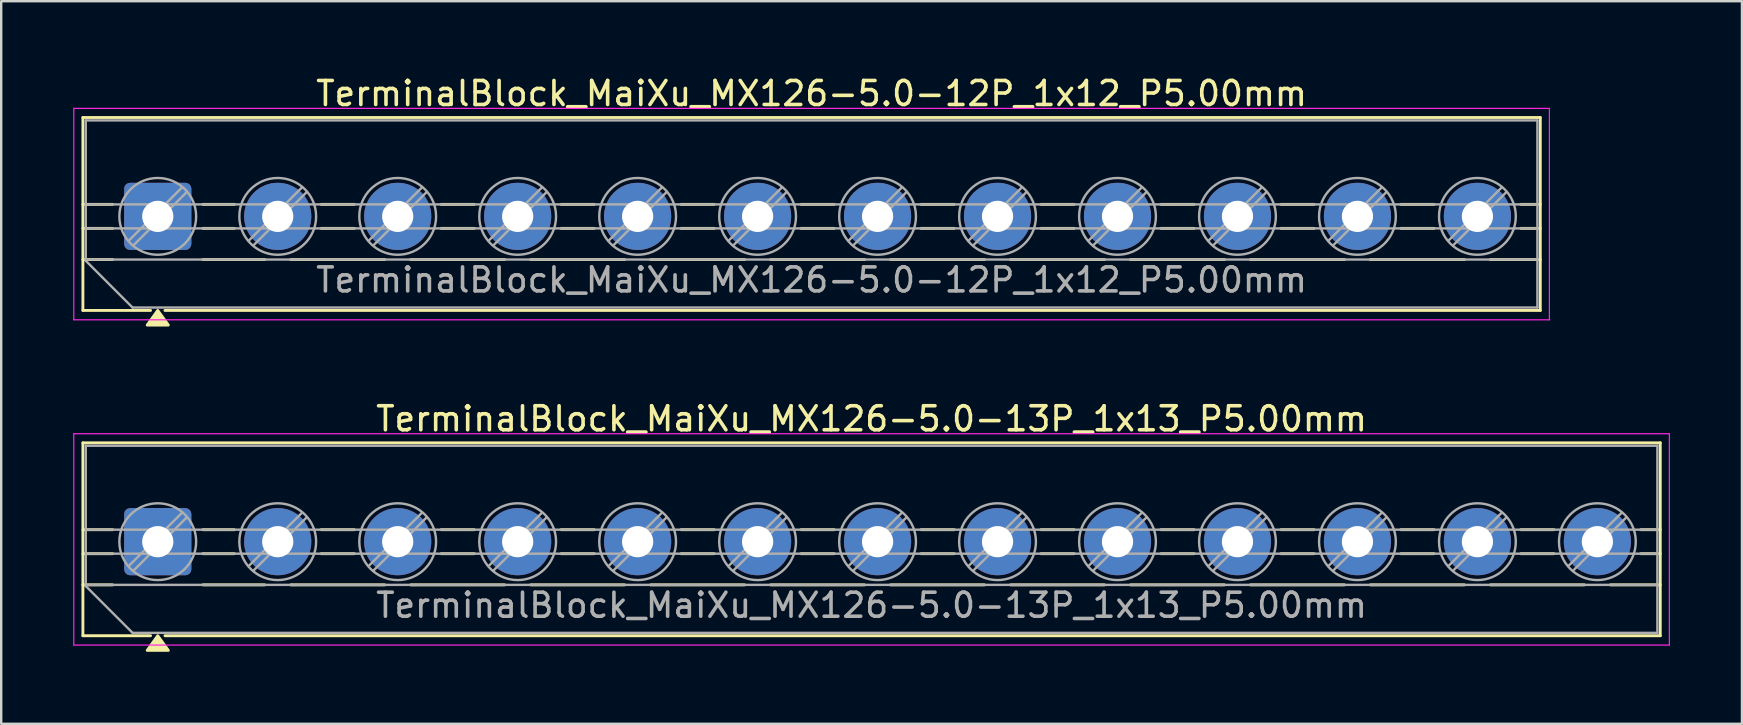
<source format=kicad_pcb>
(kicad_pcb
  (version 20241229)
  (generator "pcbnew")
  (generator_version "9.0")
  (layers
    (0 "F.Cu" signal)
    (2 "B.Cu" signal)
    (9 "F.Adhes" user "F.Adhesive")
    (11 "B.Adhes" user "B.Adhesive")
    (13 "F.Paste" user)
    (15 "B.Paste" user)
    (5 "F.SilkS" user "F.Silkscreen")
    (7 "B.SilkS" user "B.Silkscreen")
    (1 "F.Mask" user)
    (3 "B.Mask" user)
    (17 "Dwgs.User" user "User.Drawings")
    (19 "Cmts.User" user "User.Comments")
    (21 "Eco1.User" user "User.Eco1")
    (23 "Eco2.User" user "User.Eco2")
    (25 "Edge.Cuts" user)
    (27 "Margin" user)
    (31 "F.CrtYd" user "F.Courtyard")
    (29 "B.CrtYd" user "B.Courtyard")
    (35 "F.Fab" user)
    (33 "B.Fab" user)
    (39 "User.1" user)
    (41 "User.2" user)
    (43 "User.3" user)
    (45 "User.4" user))
  (footprint "TerminalBlock_MaiXu_MX126-5.0-12P_1x12_P5.00mm"
    (layer "F.Cu")
    (at 3.525 5.968)
    (property "Reference" "TerminalBlock_MaiXu_MX126-5.0-12P_1x12_P5.00mm" (at 27.25 -5.12 0) (layer "F.SilkS") (effects (font (size 1 1) (thickness 0.15))))
    (attr through_hole)
    (fp_line (start -3.12 -4.12) (end -3.12 3.92) (stroke (width 0.12) (type solid)) (layer "F.SilkS"))
    (fp_line (start -3.12 -4.12) (end 57.62 -4.12) (stroke (width 0.12) (type solid)) (layer "F.SilkS"))
    (fp_line (start -3.12 -0.5) (end -1.88 -0.5) (stroke (width 0.12) (type solid)) (layer "F.SilkS"))
    (fp_line (start -3.12 0.5) (end -1.88 0.5) (stroke (width 0.12) (type solid)) (layer "F.SilkS"))
    (fp_line (start -3.12 1.8) (end -1.88 1.8) (stroke (width 0.12) (type solid)) (layer "F.SilkS"))
    (fp_line (start -3.12 3.92) (end -0.3 3.92) (stroke (width 0.12) (type solid)) (layer "F.SilkS"))
    (fp_line (start 0.3 3.92) (end 57.62 3.92) (stroke (width 0.12) (type solid)) (layer "F.SilkS"))
    (fp_line (start 1.88 -0.5) (end 3.188 -0.5) (stroke (width 0.12) (type solid)) (layer "F.SilkS"))
    (fp_line (start 1.88 0.5) (end 3.188 0.5) (stroke (width 0.12) (type solid)) (layer "F.SilkS"))
    (fp_line (start 1.88 1.8) (end 4.457 1.8) (stroke (width 0.12) (type solid)) (layer "F.SilkS"))
    (fp_line (start 5.543 1.8) (end 9.457 1.8) (stroke (width 0.12) (type solid)) (layer "F.SilkS"))
    (fp_line (start 6.812 -0.5) (end 8.188 -0.5) (stroke (width 0.12) (type solid)) (layer "F.SilkS"))
    (fp_line (start 6.812 0.5) (end 8.188 0.5) (stroke (width 0.12) (type solid)) (layer "F.SilkS"))
    (fp_line (start 10.543 1.8) (end 14.457 1.8) (stroke (width 0.12) (type solid)) (layer "F.SilkS"))
    (fp_line (start 11.812 -0.5) (end 13.188 -0.5) (stroke (width 0.12) (type solid)) (layer "F.SilkS"))
    (fp_line (start 11.812 0.5) (end 13.188 0.5) (stroke (width 0.12) (type solid)) (layer "F.SilkS"))
    (fp_line (start 15.543 1.8) (end 19.457 1.8) (stroke (width 0.12) (type solid)) (layer "F.SilkS"))
    (fp_line (start 16.812 -0.5) (end 18.188 -0.5) (stroke (width 0.12) (type solid)) (layer "F.SilkS"))
    (fp_line (start 16.812 0.5) (end 18.188 0.5) (stroke (width 0.12) (type solid)) (layer "F.SilkS"))
    (fp_line (start 20.543 1.8) (end 24.457 1.8) (stroke (width 0.12) (type solid)) (layer "F.SilkS"))
    (fp_line (start 21.812 -0.5) (end 23.188 -0.5) (stroke (width 0.12) (type solid)) (layer "F.SilkS"))
    (fp_line (start 21.812 0.5) (end 23.188 0.5) (stroke (width 0.12) (type solid)) (layer "F.SilkS"))
    (fp_line (start 25.543 1.8) (end 29.457 1.8) (stroke (width 0.12) (type solid)) (layer "F.SilkS"))
    (fp_line (start 26.812 -0.5) (end 28.188 -0.5) (stroke (width 0.12) (type solid)) (layer "F.SilkS"))
    (fp_line (start 26.812 0.5) (end 28.188 0.5) (stroke (width 0.12) (type solid)) (layer "F.SilkS"))
    (fp_line (start 30.543 1.8) (end 34.457 1.8) (stroke (width 0.12) (type solid)) (layer "F.SilkS"))
    (fp_line (start 31.812 -0.5) (end 33.188 -0.5) (stroke (width 0.12) (type solid)) (layer "F.SilkS"))
    (fp_line (start 31.812 0.5) (end 33.188 0.5) (stroke (width 0.12) (type solid)) (layer "F.SilkS"))
    (fp_line (start 35.543 1.8) (end 39.457 1.8) (stroke (width 0.12) (type solid)) (layer "F.SilkS"))
    (fp_line (start 36.812 -0.5) (end 38.188 -0.5) (stroke (width 0.12) (type solid)) (layer "F.SilkS"))
    (fp_line (start 36.812 0.5) (end 38.188 0.5) (stroke (width 0.12) (type solid)) (layer "F.SilkS"))
    (fp_line (start 40.543 1.8) (end 44.457 1.8) (stroke (width 0.12) (type solid)) (layer "F.SilkS"))
    (fp_line (start 41.812 -0.5) (end 43.188 -0.5) (stroke (width 0.12) (type solid)) (layer "F.SilkS"))
    (fp_line (start 41.812 0.5) (end 43.188 0.5) (stroke (width 0.12) (type solid)) (layer "F.SilkS"))
    (fp_line (start 45.543 1.8) (end 49.457 1.8) (stroke (width 0.12) (type solid)) (layer "F.SilkS"))
    (fp_line (start 46.812 -0.5) (end 48.188 -0.5) (stroke (width 0.12) (type solid)) (layer "F.SilkS"))
    (fp_line (start 46.812 0.5) (end 48.188 0.5) (stroke (width 0.12) (type solid)) (layer "F.SilkS"))
    (fp_line (start 50.543 1.8) (end 54.457 1.8) (stroke (width 0.12) (type solid)) (layer "F.SilkS"))
    (fp_line (start 51.812 -0.5) (end 53.188 -0.5) (stroke (width 0.12) (type solid)) (layer "F.SilkS"))
    (fp_line (start 51.812 0.5) (end 53.188 0.5) (stroke (width 0.12) (type solid)) (layer "F.SilkS"))
    (fp_line (start 55.543 1.8) (end 57.62 1.8) (stroke (width 0.12) (type solid)) (layer "F.SilkS"))
    (fp_line (start 56.812 -0.5) (end 57.62 -0.5) (stroke (width 0.12) (type solid)) (layer "F.SilkS"))
    (fp_line (start 56.812 0.5) (end 57.62 0.5) (stroke (width 0.12) (type solid)) (layer "F.SilkS"))
    (fp_line (start 57.62 -4.12) (end 57.62 3.92) (stroke (width 0.12) (type solid)) (layer "F.SilkS"))
    (fp_poly (pts (xy 0 3.92) (xy 0.44 4.53) (xy -0.44 4.53)) (stroke (width 0.12) (type solid)) (fill yes) (layer "F.SilkS"))
    (fp_line (start -3.5 -4.5) (end -3.5 4.31) (stroke (width 0.05) (type solid)) (layer "F.CrtYd"))
    (fp_line (start -3.5 4.31) (end 58 4.31) (stroke (width 0.05) (type solid)) (layer "F.CrtYd"))
    (fp_line (start 58 -4.5) (end -3.5 -4.5) (stroke (width 0.05) (type solid)) (layer "F.CrtYd"))
    (fp_line (start 58 4.31) (end 58 -4.5) (stroke (width 0.05) (type solid)) (layer "F.CrtYd"))
    (fp_line (start -3 -4) (end 57.5 -4) (stroke (width 0.1) (type solid)) (layer "F.Fab"))
    (fp_line (start -3 -0.5) (end 57.5 -0.5) (stroke (width 0.1) (type solid)) (layer "F.Fab"))
    (fp_line (start -3 0.5) (end 57.5 0.5) (stroke (width 0.1) (type solid)) (layer "F.Fab"))
    (fp_line (start -3 1.8) (end 57.5 1.8) (stroke (width 0.1) (type solid)) (layer "F.Fab"))
    (fp_line (start -3 1.85) (end -3 -4) (stroke (width 0.1) (type solid)) (layer "F.Fab"))
    (fp_line (start -1.05 3.8) (end -3 1.85) (stroke (width 0.1) (type solid)) (layer "F.Fab"))
    (fp_line (start 1.018 -1.213) (end -1.214 1.018) (stroke (width 0.1) (type solid)) (layer "F.Fab"))
    (fp_line (start 1.213 -1.018) (end -1.018 1.213) (stroke (width 0.1) (type solid)) (layer "F.Fab"))
    (fp_line (start 6.018 -1.213) (end 3.786 1.018) (stroke (width 0.1) (type solid)) (layer "F.Fab"))
    (fp_line (start 6.213 -1.018) (end 3.982 1.213) (stroke (width 0.1) (type solid)) (layer "F.Fab"))
    (fp_line (start 11.018 -1.213) (end 8.786 1.018) (stroke (width 0.1) (type solid)) (layer "F.Fab"))
    (fp_line (start 11.213 -1.018) (end 8.982 1.213) (stroke (width 0.1) (type solid)) (layer "F.Fab"))
    (fp_line (start 16.018 -1.213) (end 13.786 1.018) (stroke (width 0.1) (type solid)) (layer "F.Fab"))
    (fp_line (start 16.213 -1.018) (end 13.982 1.213) (stroke (width 0.1) (type solid)) (layer "F.Fab"))
    (fp_line (start 21.018 -1.213) (end 18.786 1.018) (stroke (width 0.1) (type solid)) (layer "F.Fab"))
    (fp_line (start 21.213 -1.018) (end 18.982 1.213) (stroke (width 0.1) (type solid)) (layer "F.Fab"))
    (fp_line (start 26.018 -1.213) (end 23.786 1.018) (stroke (width 0.1) (type solid)) (layer "F.Fab"))
    (fp_line (start 26.213 -1.018) (end 23.982 1.213) (stroke (width 0.1) (type solid)) (layer "F.Fab"))
    (fp_line (start 31.018 -1.213) (end 28.786 1.018) (stroke (width 0.1) (type solid)) (layer "F.Fab"))
    (fp_line (start 31.213 -1.018) (end 28.982 1.213) (stroke (width 0.1) (type solid)) (layer "F.Fab"))
    (fp_line (start 36.018 -1.213) (end 33.786 1.018) (stroke (width 0.1) (type solid)) (layer "F.Fab"))
    (fp_line (start 36.213 -1.018) (end 33.982 1.213) (stroke (width 0.1) (type solid)) (layer "F.Fab"))
    (fp_line (start 41.018 -1.213) (end 38.786 1.018) (stroke (width 0.1) (type solid)) (layer "F.Fab"))
    (fp_line (start 41.213 -1.018) (end 38.982 1.213) (stroke (width 0.1) (type solid)) (layer "F.Fab"))
    (fp_line (start 46.018 -1.213) (end 43.786 1.018) (stroke (width 0.1) (type solid)) (layer "F.Fab"))
    (fp_line (start 46.213 -1.018) (end 43.982 1.213) (stroke (width 0.1) (type solid)) (layer "F.Fab"))
    (fp_line (start 51.018 -1.213) (end 48.786 1.018) (stroke (width 0.1) (type solid)) (layer "F.Fab"))
    (fp_line (start 51.213 -1.018) (end 48.982 1.213) (stroke (width 0.1) (type solid)) (layer "F.Fab"))
    (fp_line (start 56.018 -1.213) (end 53.786 1.018) (stroke (width 0.1) (type solid)) (layer "F.Fab"))
    (fp_line (start 56.213 -1.018) (end 53.982 1.213) (stroke (width 0.1) (type solid)) (layer "F.Fab"))
    (fp_line (start 57.5 -4) (end 57.5 3.8) (stroke (width 0.1) (type solid)) (layer "F.Fab"))
    (fp_line (start 57.5 3.8) (end -1.05 3.8) (stroke (width 0.1) (type solid)) (layer "F.Fab"))
    (fp_circle (center 0 0) (end 1.6 0) (stroke (width 0.1) (type solid)) (fill no) (layer "F.Fab"))
    (fp_circle (center 5 0) (end 6.6 0) (stroke (width 0.1) (type solid)) (fill no) (layer "F.Fab"))
    (fp_circle (center 10 0) (end 11.6 0) (stroke (width 0.1) (type solid)) (fill no) (layer "F.Fab"))
    (fp_circle (center 15 0) (end 16.6 0) (stroke (width 0.1) (type solid)) (fill no) (layer "F.Fab"))
    (fp_circle (center 20 0) (end 21.6 0) (stroke (width 0.1) (type solid)) (fill no) (layer "F.Fab"))
    (fp_circle (center 25 0) (end 26.6 0) (stroke (width 0.1) (type solid)) (fill no) (layer "F.Fab"))
    (fp_circle (center 30 0) (end 31.6 0) (stroke (width 0.1) (type solid)) (fill no) (layer "F.Fab"))
    (fp_circle (center 35 0) (end 36.6 0) (stroke (width 0.1) (type solid)) (fill no) (layer "F.Fab"))
    (fp_circle (center 40 0) (end 41.6 0) (stroke (width 0.1) (type solid)) (fill no) (layer "F.Fab"))
    (fp_circle (center 45 0) (end 46.6 0) (stroke (width 0.1) (type solid)) (fill no) (layer "F.Fab"))
    (fp_circle (center 50 0) (end 51.6 0) (stroke (width 0.1) (type solid)) (fill no) (layer "F.Fab"))
    (fp_circle (center 55 0) (end 56.6 0) (stroke (width 0.1) (type solid)) (fill no) (layer "F.Fab"))
    (fp_text user "${REFERENCE}" (at 27.25 2.65 0) (layer "F.Fab") (effects (font (size 1 1) (thickness 0.15))))
    (pad "1" thru_hole roundrect (at 0 0) (size 2.8 2.8) (drill 1.3) (layers "*.Cu" "*.Mask") (roundrect_rratio 0.089))
    (pad "2" thru_hole circle (at 5 0) (size 2.8 2.8) (drill 1.3) (layers "*.Cu" "*.Mask"))
    (pad "3" thru_hole circle (at 10 0) (size 2.8 2.8) (drill 1.3) (layers "*.Cu" "*.Mask"))
    (pad "4" thru_hole circle (at 15 0) (size 2.8 2.8) (drill 1.3) (layers "*.Cu" "*.Mask"))
    (pad "5" thru_hole circle (at 20 0) (size 2.8 2.8) (drill 1.3) (layers "*.Cu" "*.Mask"))
    (pad "6" thru_hole circle (at 25 0) (size 2.8 2.8) (drill 1.3) (layers "*.Cu" "*.Mask"))
    (pad "7" thru_hole circle (at 30 0) (size 2.8 2.8) (drill 1.3) (layers "*.Cu" "*.Mask"))
    (pad "8" thru_hole circle (at 35 0) (size 2.8 2.8) (drill 1.3) (layers "*.Cu" "*.Mask"))
    (pad "9" thru_hole circle (at 40 0) (size 2.8 2.8) (drill 1.3) (layers "*.Cu" "*.Mask"))
    (pad "10" thru_hole circle (at 45 0) (size 2.8 2.8) (drill 1.3) (layers "*.Cu" "*.Mask"))
    (pad "11" thru_hole circle (at 50 0) (size 2.8 2.8) (drill 1.3) (layers "*.Cu" "*.Mask"))
    (pad "12" thru_hole circle (at 55 0) (size 2.8 2.8) (drill 1.3) (layers "*.Cu" "*.Mask")))
  (footprint "TerminalBlock_MaiXu_MX126-5.0-13P_1x13_P5.00mm"
    (layer "F.Cu")
    (at 3.525 19.526)
    (property "Reference" "TerminalBlock_MaiXu_MX126-5.0-13P_1x13_P5.00mm" (at 29.75 -5.12 0) (layer "F.SilkS") (effects (font (size 1 1) (thickness 0.15))))
    (attr through_hole)
    (fp_line (start -3.12 -4.12) (end -3.12 3.92) (stroke (width 0.12) (type solid)) (layer "F.SilkS"))
    (fp_line (start -3.12 -4.12) (end 62.62 -4.12) (stroke (width 0.12) (type solid)) (layer "F.SilkS"))
    (fp_line (start -3.12 -0.5) (end -1.88 -0.5) (stroke (width 0.12) (type solid)) (layer "F.SilkS"))
    (fp_line (start -3.12 0.5) (end -1.88 0.5) (stroke (width 0.12) (type solid)) (layer "F.SilkS"))
    (fp_line (start -3.12 1.8) (end -1.88 1.8) (stroke (width 0.12) (type solid)) (layer "F.SilkS"))
    (fp_line (start -3.12 3.92) (end -0.3 3.92) (stroke (width 0.12) (type solid)) (layer "F.SilkS"))
    (fp_line (start 0.3 3.92) (end 62.62 3.92) (stroke (width 0.12) (type solid)) (layer "F.SilkS"))
    (fp_line (start 1.88 -0.5) (end 3.188 -0.5) (stroke (width 0.12) (type solid)) (layer "F.SilkS"))
    (fp_line (start 1.88 0.5) (end 3.188 0.5) (stroke (width 0.12) (type solid)) (layer "F.SilkS"))
    (fp_line (start 1.88 1.8) (end 4.457 1.8) (stroke (width 0.12) (type solid)) (layer "F.SilkS"))
    (fp_line (start 5.543 1.8) (end 9.457 1.8) (stroke (width 0.12) (type solid)) (layer "F.SilkS"))
    (fp_line (start 6.812 -0.5) (end 8.188 -0.5) (stroke (width 0.12) (type solid)) (layer "F.SilkS"))
    (fp_line (start 6.812 0.5) (end 8.188 0.5) (stroke (width 0.12) (type solid)) (layer "F.SilkS"))
    (fp_line (start 10.543 1.8) (end 14.457 1.8) (stroke (width 0.12) (type solid)) (layer "F.SilkS"))
    (fp_line (start 11.812 -0.5) (end 13.188 -0.5) (stroke (width 0.12) (type solid)) (layer "F.SilkS"))
    (fp_line (start 11.812 0.5) (end 13.188 0.5) (stroke (width 0.12) (type solid)) (layer "F.SilkS"))
    (fp_line (start 15.543 1.8) (end 19.457 1.8) (stroke (width 0.12) (type solid)) (layer "F.SilkS"))
    (fp_line (start 16.812 -0.5) (end 18.188 -0.5) (stroke (width 0.12) (type solid)) (layer "F.SilkS"))
    (fp_line (start 16.812 0.5) (end 18.188 0.5) (stroke (width 0.12) (type solid)) (layer "F.SilkS"))
    (fp_line (start 20.543 1.8) (end 24.457 1.8) (stroke (width 0.12) (type solid)) (layer "F.SilkS"))
    (fp_line (start 21.812 -0.5) (end 23.188 -0.5) (stroke (width 0.12) (type solid)) (layer "F.SilkS"))
    (fp_line (start 21.812 0.5) (end 23.188 0.5) (stroke (width 0.12) (type solid)) (layer "F.SilkS"))
    (fp_line (start 25.543 1.8) (end 29.457 1.8) (stroke (width 0.12) (type solid)) (layer "F.SilkS"))
    (fp_line (start 26.812 -0.5) (end 28.188 -0.5) (stroke (width 0.12) (type solid)) (layer "F.SilkS"))
    (fp_line (start 26.812 0.5) (end 28.188 0.5) (stroke (width 0.12) (type solid)) (layer "F.SilkS"))
    (fp_line (start 30.543 1.8) (end 34.457 1.8) (stroke (width 0.12) (type solid)) (layer "F.SilkS"))
    (fp_line (start 31.812 -0.5) (end 33.188 -0.5) (stroke (width 0.12) (type solid)) (layer "F.SilkS"))
    (fp_line (start 31.812 0.5) (end 33.188 0.5) (stroke (width 0.12) (type solid)) (layer "F.SilkS"))
    (fp_line (start 35.543 1.8) (end 39.457 1.8) (stroke (width 0.12) (type solid)) (layer "F.SilkS"))
    (fp_line (start 36.812 -0.5) (end 38.188 -0.5) (stroke (width 0.12) (type solid)) (layer "F.SilkS"))
    (fp_line (start 36.812 0.5) (end 38.188 0.5) (stroke (width 0.12) (type solid)) (layer "F.SilkS"))
    (fp_line (start 40.543 1.8) (end 44.457 1.8) (stroke (width 0.12) (type solid)) (layer "F.SilkS"))
    (fp_line (start 41.812 -0.5) (end 43.188 -0.5) (stroke (width 0.12) (type solid)) (layer "F.SilkS"))
    (fp_line (start 41.812 0.5) (end 43.188 0.5) (stroke (width 0.12) (type solid)) (layer "F.SilkS"))
    (fp_line (start 45.543 1.8) (end 49.457 1.8) (stroke (width 0.12) (type solid)) (layer "F.SilkS"))
    (fp_line (start 46.812 -0.5) (end 48.188 -0.5) (stroke (width 0.12) (type solid)) (layer "F.SilkS"))
    (fp_line (start 46.812 0.5) (end 48.188 0.5) (stroke (width 0.12) (type solid)) (layer "F.SilkS"))
    (fp_line (start 50.543 1.8) (end 54.457 1.8) (stroke (width 0.12) (type solid)) (layer "F.SilkS"))
    (fp_line (start 51.812 -0.5) (end 53.188 -0.5) (stroke (width 0.12) (type solid)) (layer "F.SilkS"))
    (fp_line (start 51.812 0.5) (end 53.188 0.5) (stroke (width 0.12) (type solid)) (layer "F.SilkS"))
    (fp_line (start 55.543 1.8) (end 59.457 1.8) (stroke (width 0.12) (type solid)) (layer "F.SilkS"))
    (fp_line (start 56.812 -0.5) (end 58.188 -0.5) (stroke (width 0.12) (type solid)) (layer "F.SilkS"))
    (fp_line (start 56.812 0.5) (end 58.188 0.5) (stroke (width 0.12) (type solid)) (layer "F.SilkS"))
    (fp_line (start 60.543 1.8) (end 62.62 1.8) (stroke (width 0.12) (type solid)) (layer "F.SilkS"))
    (fp_line (start 61.812 -0.5) (end 62.62 -0.5) (stroke (width 0.12) (type solid)) (layer "F.SilkS"))
    (fp_line (start 61.812 0.5) (end 62.62 0.5) (stroke (width 0.12) (type solid)) (layer "F.SilkS"))
    (fp_line (start 62.62 -4.12) (end 62.62 3.92) (stroke (width 0.12) (type solid)) (layer "F.SilkS"))
    (fp_poly (pts (xy 0 3.92) (xy 0.44 4.53) (xy -0.44 4.53)) (stroke (width 0.12) (type solid)) (fill yes) (layer "F.SilkS"))
    (fp_line (start -3.5 -4.5) (end -3.5 4.31) (stroke (width 0.05) (type solid)) (layer "F.CrtYd"))
    (fp_line (start -3.5 4.31) (end 63 4.31) (stroke (width 0.05) (type solid)) (layer "F.CrtYd"))
    (fp_line (start 63 -4.5) (end -3.5 -4.5) (stroke (width 0.05) (type solid)) (layer "F.CrtYd"))
    (fp_line (start 63 4.31) (end 63 -4.5) (stroke (width 0.05) (type solid)) (layer "F.CrtYd"))
    (fp_line (start -3 -4) (end 62.5 -4) (stroke (width 0.1) (type solid)) (layer "F.Fab"))
    (fp_line (start -3 -0.5) (end 62.5 -0.5) (stroke (width 0.1) (type solid)) (layer "F.Fab"))
    (fp_line (start -3 0.5) (end 62.5 0.5) (stroke (width 0.1) (type solid)) (layer "F.Fab"))
    (fp_line (start -3 1.8) (end 62.5 1.8) (stroke (width 0.1) (type solid)) (layer "F.Fab"))
    (fp_line (start -3 1.85) (end -3 -4) (stroke (width 0.1) (type solid)) (layer "F.Fab"))
    (fp_line (start -1.05 3.8) (end -3 1.85) (stroke (width 0.1) (type solid)) (layer "F.Fab"))
    (fp_line (start 1.018 -1.213) (end -1.214 1.018) (stroke (width 0.1) (type solid)) (layer "F.Fab"))
    (fp_line (start 1.213 -1.018) (end -1.018 1.213) (stroke (width 0.1) (type solid)) (layer "F.Fab"))
    (fp_line (start 6.018 -1.213) (end 3.786 1.018) (stroke (width 0.1) (type solid)) (layer "F.Fab"))
    (fp_line (start 6.213 -1.018) (end 3.982 1.213) (stroke (width 0.1) (type solid)) (layer "F.Fab"))
    (fp_line (start 11.018 -1.213) (end 8.786 1.018) (stroke (width 0.1) (type solid)) (layer "F.Fab"))
    (fp_line (start 11.213 -1.018) (end 8.982 1.213) (stroke (width 0.1) (type solid)) (layer "F.Fab"))
    (fp_line (start 16.018 -1.213) (end 13.786 1.018) (stroke (width 0.1) (type solid)) (layer "F.Fab"))
    (fp_line (start 16.213 -1.018) (end 13.982 1.213) (stroke (width 0.1) (type solid)) (layer "F.Fab"))
    (fp_line (start 21.018 -1.213) (end 18.786 1.018) (stroke (width 0.1) (type solid)) (layer "F.Fab"))
    (fp_line (start 21.213 -1.018) (end 18.982 1.213) (stroke (width 0.1) (type solid)) (layer "F.Fab"))
    (fp_line (start 26.018 -1.213) (end 23.786 1.018) (stroke (width 0.1) (type solid)) (layer "F.Fab"))
    (fp_line (start 26.213 -1.018) (end 23.982 1.213) (stroke (width 0.1) (type solid)) (layer "F.Fab"))
    (fp_line (start 31.018 -1.213) (end 28.786 1.018) (stroke (width 0.1) (type solid)) (layer "F.Fab"))
    (fp_line (start 31.213 -1.018) (end 28.982 1.213) (stroke (width 0.1) (type solid)) (layer "F.Fab"))
    (fp_line (start 36.018 -1.213) (end 33.786 1.018) (stroke (width 0.1) (type solid)) (layer "F.Fab"))
    (fp_line (start 36.213 -1.018) (end 33.982 1.213) (stroke (width 0.1) (type solid)) (layer "F.Fab"))
    (fp_line (start 41.018 -1.213) (end 38.786 1.018) (stroke (width 0.1) (type solid)) (layer "F.Fab"))
    (fp_line (start 41.213 -1.018) (end 38.982 1.213) (stroke (width 0.1) (type solid)) (layer "F.Fab"))
    (fp_line (start 46.018 -1.213) (end 43.786 1.018) (stroke (width 0.1) (type solid)) (layer "F.Fab"))
    (fp_line (start 46.213 -1.018) (end 43.982 1.213) (stroke (width 0.1) (type solid)) (layer "F.Fab"))
    (fp_line (start 51.018 -1.213) (end 48.786 1.018) (stroke (width 0.1) (type solid)) (layer "F.Fab"))
    (fp_line (start 51.213 -1.018) (end 48.982 1.213) (stroke (width 0.1) (type solid)) (layer "F.Fab"))
    (fp_line (start 56.018 -1.213) (end 53.786 1.018) (stroke (width 0.1) (type solid)) (layer "F.Fab"))
    (fp_line (start 56.213 -1.018) (end 53.982 1.213) (stroke (width 0.1) (type solid)) (layer "F.Fab"))
    (fp_line (start 61.018 -1.213) (end 58.786 1.018) (stroke (width 0.1) (type solid)) (layer "F.Fab"))
    (fp_line (start 61.213 -1.018) (end 58.982 1.213) (stroke (width 0.1) (type solid)) (layer "F.Fab"))
    (fp_line (start 62.5 -4) (end 62.5 3.8) (stroke (width 0.1) (type solid)) (layer "F.Fab"))
    (fp_line (start 62.5 3.8) (end -1.05 3.8) (stroke (width 0.1) (type solid)) (layer "F.Fab"))
    (fp_circle (center 0 0) (end 1.6 0) (stroke (width 0.1) (type solid)) (fill no) (layer "F.Fab"))
    (fp_circle (center 5 0) (end 6.6 0) (stroke (width 0.1) (type solid)) (fill no) (layer "F.Fab"))
    (fp_circle (center 10 0) (end 11.6 0) (stroke (width 0.1) (type solid)) (fill no) (layer "F.Fab"))
    (fp_circle (center 15 0) (end 16.6 0) (stroke (width 0.1) (type solid)) (fill no) (layer "F.Fab"))
    (fp_circle (center 20 0) (end 21.6 0) (stroke (width 0.1) (type solid)) (fill no) (layer "F.Fab"))
    (fp_circle (center 25 0) (end 26.6 0) (stroke (width 0.1) (type solid)) (fill no) (layer "F.Fab"))
    (fp_circle (center 30 0) (end 31.6 0) (stroke (width 0.1) (type solid)) (fill no) (layer "F.Fab"))
    (fp_circle (center 35 0) (end 36.6 0) (stroke (width 0.1) (type solid)) (fill no) (layer "F.Fab"))
    (fp_circle (center 40 0) (end 41.6 0) (stroke (width 0.1) (type solid)) (fill no) (layer "F.Fab"))
    (fp_circle (center 45 0) (end 46.6 0) (stroke (width 0.1) (type solid)) (fill no) (layer "F.Fab"))
    (fp_circle (center 50 0) (end 51.6 0) (stroke (width 0.1) (type solid)) (fill no) (layer "F.Fab"))
    (fp_circle (center 55 0) (end 56.6 0) (stroke (width 0.1) (type solid)) (fill no) (layer "F.Fab"))
    (fp_circle (center 60 0) (end 61.6 0) (stroke (width 0.1) (type solid)) (fill no) (layer "F.Fab"))
    (fp_text user "${REFERENCE}" (at 29.75 2.65 0) (layer "F.Fab") (effects (font (size 1 1) (thickness 0.15))))
    (pad "1" thru_hole roundrect (at 0 0) (size 2.8 2.8) (drill 1.3) (layers "*.Cu" "*.Mask") (roundrect_rratio 0.089))
    (pad "2" thru_hole circle (at 5 0) (size 2.8 2.8) (drill 1.3) (layers "*.Cu" "*.Mask"))
    (pad "3" thru_hole circle (at 10 0) (size 2.8 2.8) (drill 1.3) (layers "*.Cu" "*.Mask"))
    (pad "4" thru_hole circle (at 15 0) (size 2.8 2.8) (drill 1.3) (layers "*.Cu" "*.Mask"))
    (pad "5" thru_hole circle (at 20 0) (size 2.8 2.8) (drill 1.3) (layers "*.Cu" "*.Mask"))
    (pad "6" thru_hole circle (at 25 0) (size 2.8 2.8) (drill 1.3) (layers "*.Cu" "*.Mask"))
    (pad "7" thru_hole circle (at 30 0) (size 2.8 2.8) (drill 1.3) (layers "*.Cu" "*.Mask"))
    (pad "8" thru_hole circle (at 35 0) (size 2.8 2.8) (drill 1.3) (layers "*.Cu" "*.Mask"))
    (pad "9" thru_hole circle (at 40 0) (size 2.8 2.8) (drill 1.3) (layers "*.Cu" "*.Mask"))
    (pad "10" thru_hole circle (at 45 0) (size 2.8 2.8) (drill 1.3) (layers "*.Cu" "*.Mask"))
    (pad "11" thru_hole circle (at 50 0) (size 2.8 2.8) (drill 1.3) (layers "*.Cu" "*.Mask"))
    (pad "12" thru_hole circle (at 55 0) (size 2.8 2.8) (drill 1.3) (layers "*.Cu" "*.Mask"))
    (pad "13" thru_hole circle (at 60 0) (size 2.8 2.8) (drill 1.3) (layers "*.Cu" "*.Mask")))
  (gr_rect
    (start -3 -3)
    (end 69.55 27.116)
    (stroke (width 0.1) (type default))
    (fill no)
    (layer "Edge.Cuts")))
</source>
